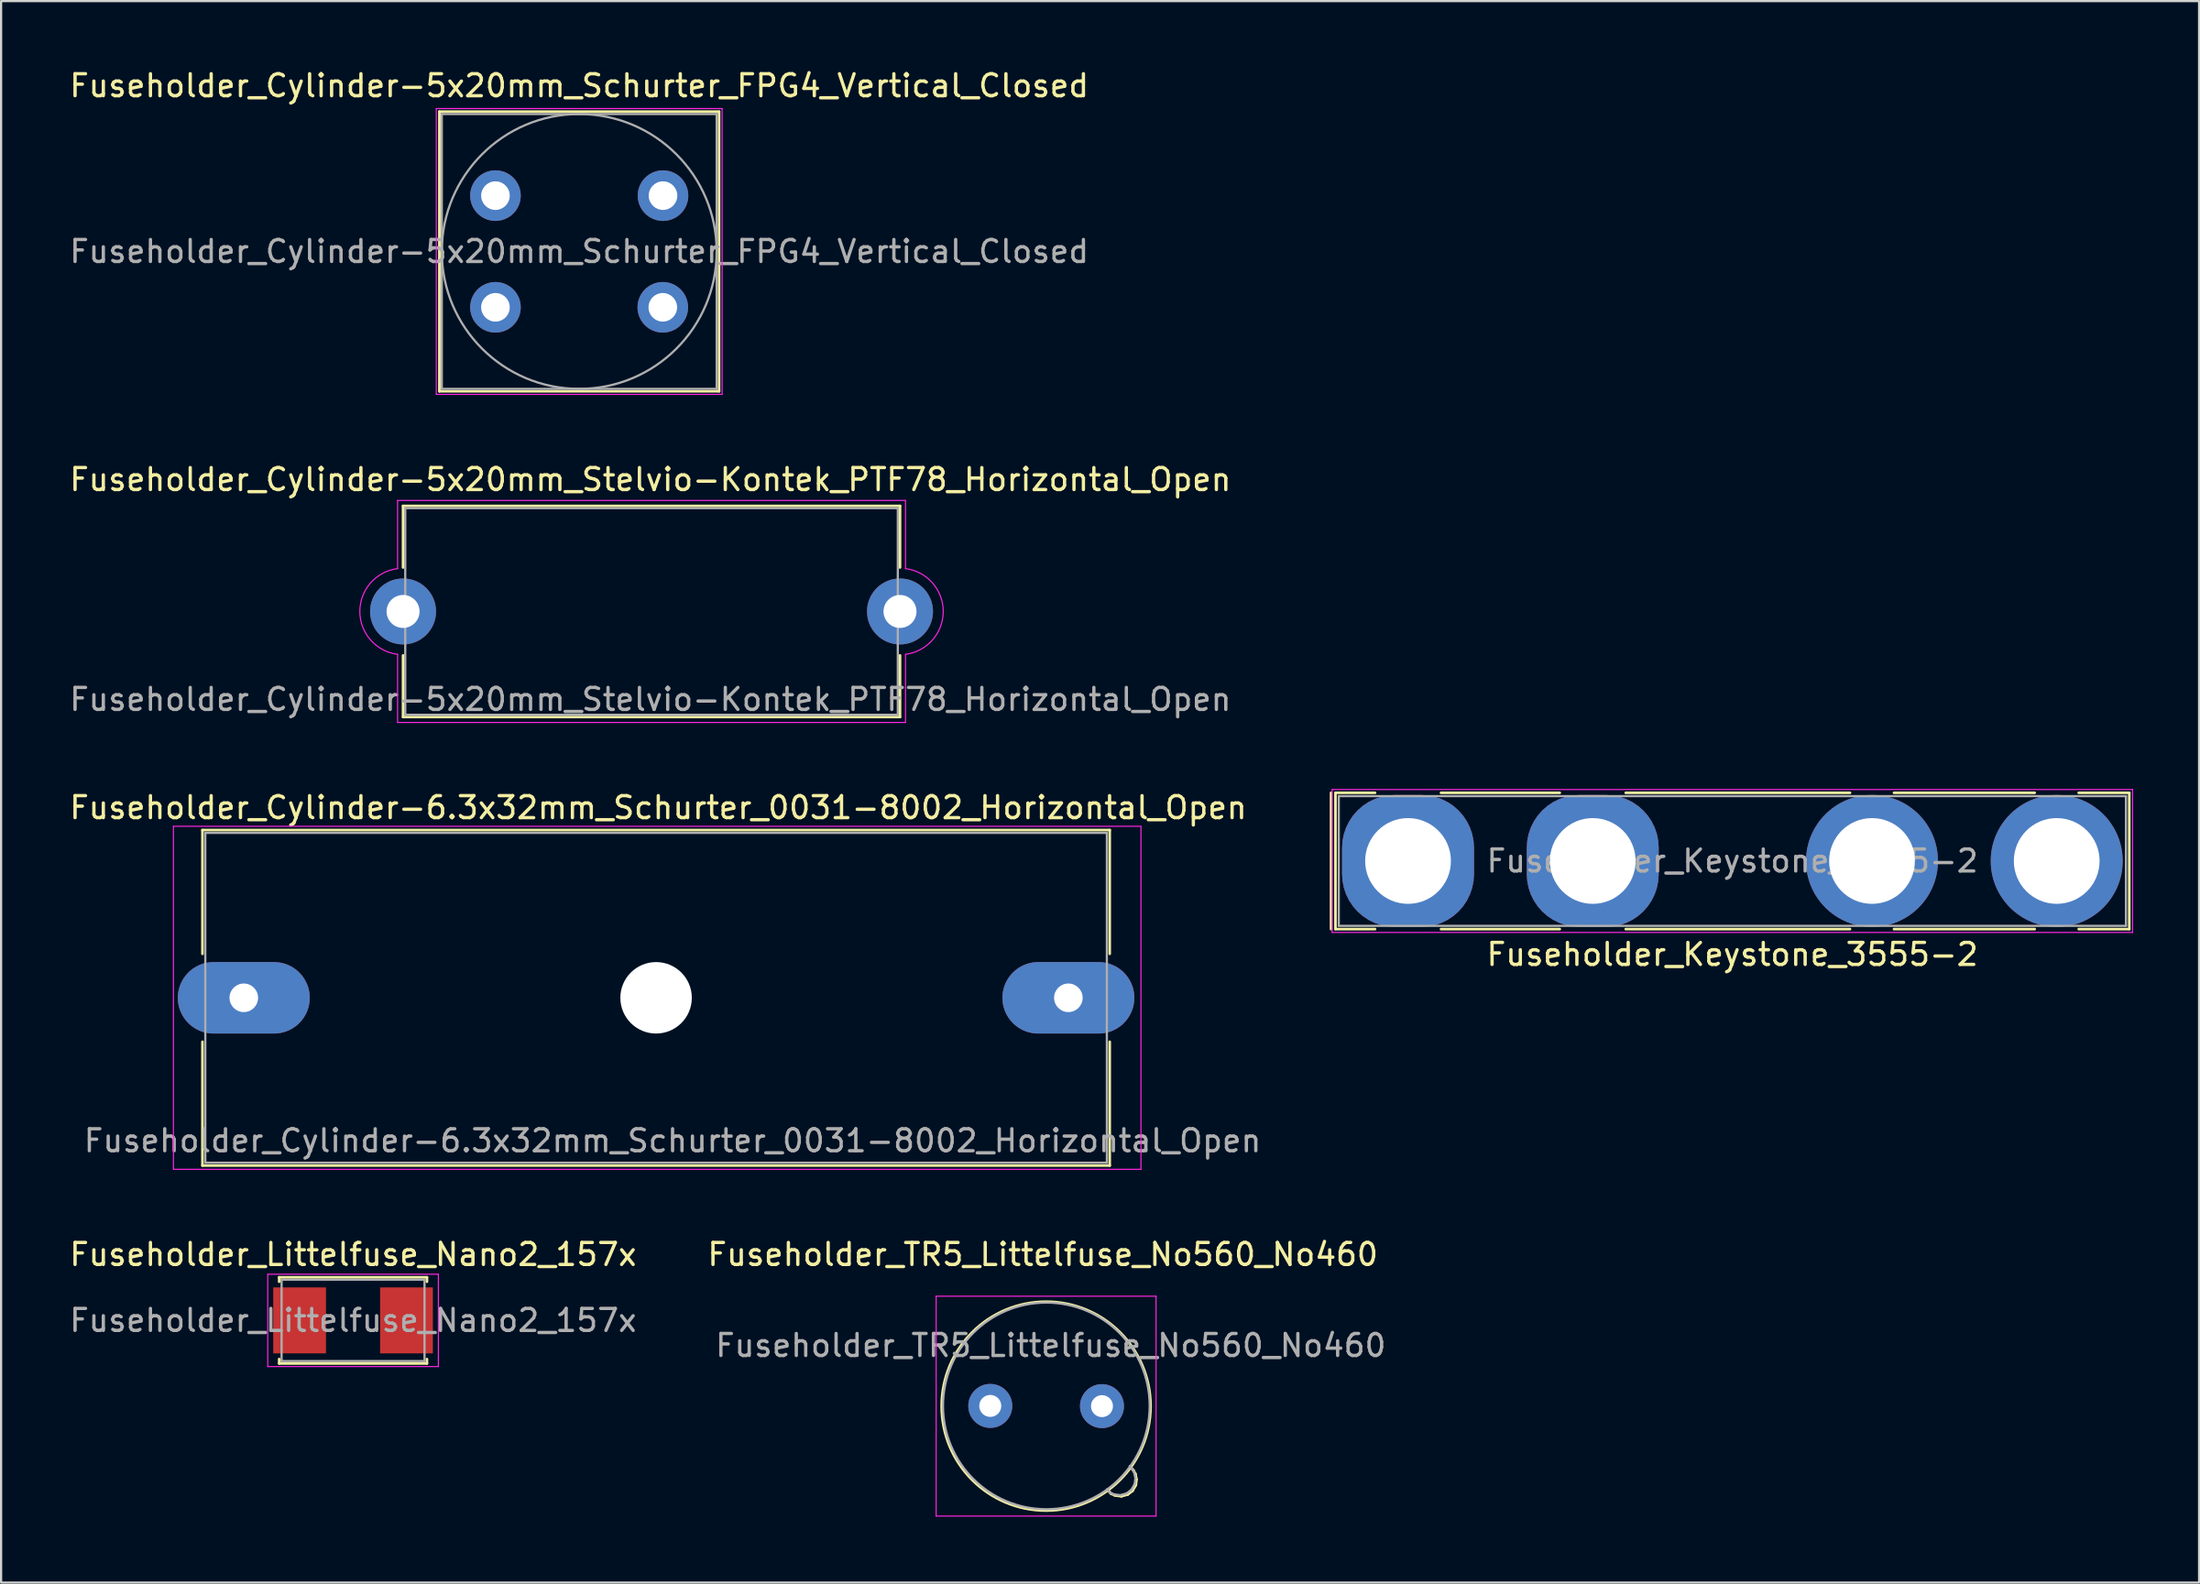
<source format=kicad_pcb>
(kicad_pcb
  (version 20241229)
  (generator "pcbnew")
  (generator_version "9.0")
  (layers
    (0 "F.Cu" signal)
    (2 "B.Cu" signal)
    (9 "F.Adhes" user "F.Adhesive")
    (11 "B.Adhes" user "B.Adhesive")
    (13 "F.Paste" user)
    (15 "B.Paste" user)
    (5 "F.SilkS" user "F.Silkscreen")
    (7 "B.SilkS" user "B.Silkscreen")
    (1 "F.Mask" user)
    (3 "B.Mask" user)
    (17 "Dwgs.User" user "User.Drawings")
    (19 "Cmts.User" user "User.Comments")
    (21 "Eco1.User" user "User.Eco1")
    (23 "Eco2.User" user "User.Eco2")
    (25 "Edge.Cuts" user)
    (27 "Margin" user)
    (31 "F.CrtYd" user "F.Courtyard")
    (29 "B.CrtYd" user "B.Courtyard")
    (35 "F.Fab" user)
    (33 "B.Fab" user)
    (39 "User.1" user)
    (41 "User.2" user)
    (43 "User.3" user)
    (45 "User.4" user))
  (footprint "Fuseholder_Keystone_3555-2"
    (layer "F.Cu")
    (at 60.984 36.111)
    (property "Reference" "Fuseholder_Keystone_3555-2" (at 14.75 4.25 0) (layer "F.SilkS") (effects (font (size 1 1) (thickness 0.15))))
    (attr through_hole)
    (fp_line (start -3.5 -3.1) (end -3.5 3.1) (stroke (width 0.12) (type solid)) (layer "F.SilkS"))
    (fp_line (start -3.3 -3.1) (end -1.5 -3.1) (stroke (width 0.12) (type solid)) (layer "F.SilkS"))
    (fp_line (start -3.3 3.1) (end -3.3 -3.1) (stroke (width 0.12) (type solid)) (layer "F.SilkS"))
    (fp_line (start -3.3 3.1) (end -1.5 3.1) (stroke (width 0.12) (type solid)) (layer "F.SilkS"))
    (fp_line (start 1.5 -3.1) (end 6.9 -3.1) (stroke (width 0.12) (type solid)) (layer "F.SilkS"))
    (fp_line (start 1.5 3.1) (end 6.9 3.1) (stroke (width 0.12) (type solid)) (layer "F.SilkS"))
    (fp_line (start 9.9 -3.1) (end 20.1 -3.1) (stroke (width 0.12) (type solid)) (layer "F.SilkS"))
    (fp_line (start 9.9 3.1) (end 20.1 3.1) (stroke (width 0.12) (type solid)) (layer "F.SilkS"))
    (fp_line (start 22.1 -3.1) (end 28.5 -3.1) (stroke (width 0.12) (type solid)) (layer "F.SilkS"))
    (fp_line (start 22.1 3.1) (end 28.5 3.1) (stroke (width 0.12) (type solid)) (layer "F.SilkS"))
    (fp_line (start 30.5 -3.1) (end 32.8 -3.1) (stroke (width 0.12) (type solid)) (layer "F.SilkS"))
    (fp_line (start 30.5 3.1) (end 32.8 3.1) (stroke (width 0.12) (type solid)) (layer "F.SilkS"))
    (fp_line (start 32.8 -3.1) (end 32.8 3.1) (stroke (width 0.12) (type solid)) (layer "F.SilkS"))
    (fp_line (start -3.45 -3.25) (end 32.95 -3.25) (stroke (width 0.05) (type solid)) (layer "F.CrtYd"))
    (fp_line (start -3.45 3.25) (end -3.45 -3.25) (stroke (width 0.05) (type solid)) (layer "F.CrtYd"))
    (fp_line (start 32.95 -3.25) (end 32.95 3.25) (stroke (width 0.05) (type solid)) (layer "F.CrtYd"))
    (fp_line (start 32.95 3.25) (end -3.45 3.25) (stroke (width 0.05) (type solid)) (layer "F.CrtYd"))
    (fp_line (start -3.15 -2.95) (end 32.65 -2.95) (stroke (width 0.1) (type solid)) (layer "F.Fab"))
    (fp_line (start -3.15 2.95) (end -3.15 -2.95) (stroke (width 0.1) (type solid)) (layer "F.Fab"))
    (fp_line (start 32.65 -2.95) (end 32.65 2.95) (stroke (width 0.1) (type solid)) (layer "F.Fab"))
    (fp_line (start 32.65 2.95) (end -3.15 2.95) (stroke (width 0.1) (type solid)) (layer "F.Fab"))
    (fp_text user "${REFERENCE}" (at 14.75 0 0) (layer "F.Fab") (effects (font (size 1 1) (thickness 0.15))))
    (pad "1" thru_hole roundrect (at 0 0 90) (size 6 6) (drill 3.9) (layers "*.Cu" "*.Mask") (roundrect_rratio 0.4))
    (pad "1" thru_hole roundrect (at 8.4 0) (size 6 6) (drill 3.9) (layers "*.Cu" "*.Mask") (roundrect_rratio 0.4))
    (pad "2" thru_hole circle (at 21.1 0) (size 6 6) (drill 3.9) (layers "*.Cu" "*.Mask"))
    (pad "2" thru_hole circle (at 29.5 0) (size 6 6) (drill 3.9) (layers "*.Cu" "*.Mask")))
  (footprint "Fuseholder_TR5_Littelfuse_No560_No460"
    (layer "F.Cu")
    (at 41.985 60.898)
    (property "Reference" "Fuseholder_TR5_Littelfuse_No560_No460" (at 2.39 -6.89 0) (layer "F.SilkS") (effects (font (size 1 1) (thickness 0.15))))
    (attr through_hole)
    (fp_line (start 5.49 3.99) (end 5.36 3.84) (stroke (width 0.12) (type solid)) (layer "F.SilkS"))
    (fp_line (start 5.67 4.07) (end 5.49 3.99) (stroke (width 0.12) (type solid)) (layer "F.SilkS"))
    (fp_line (start 5.96 4.11) (end 5.67 4.07) (stroke (width 0.12) (type solid)) (layer "F.SilkS"))
    (fp_line (start 6.25 4.03) (end 5.96 4.11) (stroke (width 0.12) (type solid)) (layer "F.SilkS"))
    (fp_line (start 6.39 2.79) (end 6.51 2.93) (stroke (width 0.12) (type solid)) (layer "F.SilkS"))
    (fp_line (start 6.47 3.86) (end 6.25 4.03) (stroke (width 0.12) (type solid)) (layer "F.SilkS"))
    (fp_line (start 6.51 2.93) (end 6.6 3.09) (stroke (width 0.12) (type solid)) (layer "F.SilkS"))
    (fp_line (start 6.6 3.09) (end 6.65 3.34) (stroke (width 0.12) (type solid)) (layer "F.SilkS"))
    (fp_line (start 6.62 3.6) (end 6.47 3.86) (stroke (width 0.12) (type solid)) (layer "F.SilkS"))
    (fp_line (start 6.65 3.34) (end 6.62 3.6) (stroke (width 0.12) (type solid)) (layer "F.SilkS"))
    (fp_circle (center 2.54 0.01) (end 7.29 0.01) (stroke (width 0.12) (type solid)) (fill no) (layer "F.SilkS"))
    (fp_line (start -2.46 -4.99) (end -2.46 5.01) (stroke (width 0.05) (type solid)) (layer "F.CrtYd"))
    (fp_line (start -2.46 -4.99) (end 7.54 -4.99) (stroke (width 0.05) (type solid)) (layer "F.CrtYd"))
    (fp_line (start 7.54 5.01) (end -2.46 5.01) (stroke (width 0.05) (type solid)) (layer "F.CrtYd"))
    (fp_line (start 7.54 5.01) (end 7.54 -4.99) (stroke (width 0.05) (type solid)) (layer "F.CrtYd"))
    (fp_line (start 5.44 3.94) (end 5.31 3.79) (stroke (width 0.1) (type solid)) (layer "F.Fab"))
    (fp_line (start 5.62 4.02) (end 5.44 3.94) (stroke (width 0.1) (type solid)) (layer "F.Fab"))
    (fp_line (start 5.91 4.06) (end 5.62 4.02) (stroke (width 0.1) (type solid)) (layer "F.Fab"))
    (fp_line (start 6.2 3.98) (end 5.91 4.06) (stroke (width 0.1) (type solid)) (layer "F.Fab"))
    (fp_line (start 6.34 2.74) (end 6.46 2.88) (stroke (width 0.1) (type solid)) (layer "F.Fab"))
    (fp_line (start 6.42 3.81) (end 6.2 3.98) (stroke (width 0.1) (type solid)) (layer "F.Fab"))
    (fp_line (start 6.46 2.88) (end 6.55 3.04) (stroke (width 0.1) (type solid)) (layer "F.Fab"))
    (fp_line (start 6.55 3.04) (end 6.6 3.29) (stroke (width 0.1) (type solid)) (layer "F.Fab"))
    (fp_line (start 6.57 3.55) (end 6.42 3.81) (stroke (width 0.1) (type solid)) (layer "F.Fab"))
    (fp_line (start 6.6 3.29) (end 6.57 3.55) (stroke (width 0.1) (type solid)) (layer "F.Fab"))
    (fp_circle (center 2.55 0) (end 7.25 0) (stroke (width 0.1) (type solid)) (fill no) (layer "F.Fab"))
    (fp_text user "${REFERENCE}" (at 2.75 -2.75 0) (layer "F.Fab") (effects (font (size 1 1) (thickness 0.15))))
    (pad "1" thru_hole circle (at 0 0) (size 2 2) (drill 1) (layers "*.Cu" "*.Mask"))
    (pad "2" thru_hole circle (at 5.08 0.01) (size 2 2) (drill 1) (layers "*.Cu" "*.Mask")))
  (footprint "Fuseholder_Cylinder-6.3x32mm_Schurter_0031-8002_Horizontal_Open"
    (layer "F.Cu")
    (at 8.037 42.335)
    (property "Reference" "Fuseholder_Cylinder-6.3x32mm_Schurter_0031-8002_Horizontal_Open" (at 18.85 -8.65 0) (layer "F.SilkS") (effects (font (size 1 1) (thickness 0.15))))
    (attr through_hole)
    (fp_line (start -1.88 -7.63) (end -1.88 -2) (stroke (width 0.12) (type solid)) (layer "F.SilkS"))
    (fp_line (start -1.88 -7.63) (end 39.38 -7.63) (stroke (width 0.12) (type solid)) (layer "F.SilkS"))
    (fp_line (start -1.88 2) (end -1.88 7.63) (stroke (width 0.12) (type solid)) (layer "F.SilkS"))
    (fp_line (start 39.38 -7.63) (end 39.38 -2) (stroke (width 0.12) (type solid)) (layer "F.SilkS"))
    (fp_line (start 39.38 2) (end 39.38 7.63) (stroke (width 0.12) (type solid)) (layer "F.SilkS"))
    (fp_line (start 39.38 7.63) (end -1.88 7.63) (stroke (width 0.12) (type solid)) (layer "F.SilkS"))
    (fp_line (start -3.2 -7.8) (end -3.2 7.8) (stroke (width 0.05) (type solid)) (layer "F.CrtYd"))
    (fp_line (start -3.2 -7.8) (end 40.8 -7.8) (stroke (width 0.05) (type solid)) (layer "F.CrtYd"))
    (fp_line (start 40.8 7.8) (end -3.2 7.8) (stroke (width 0.05) (type solid)) (layer "F.CrtYd"))
    (fp_line (start 40.8 7.8) (end 40.8 -7.8) (stroke (width 0.05) (type solid)) (layer "F.CrtYd"))
    (fp_line (start -1.75 -7.5) (end -1.75 7.5) (stroke (width 0.1) (type solid)) (layer "F.Fab"))
    (fp_line (start -1.75 7.5) (end 39.25 7.5) (stroke (width 0.1) (type solid)) (layer "F.Fab"))
    (fp_line (start 39.25 -7.5) (end -1.75 -7.5) (stroke (width 0.1) (type solid)) (layer "F.Fab"))
    (fp_line (start 39.25 7.5) (end 39.25 -7.5) (stroke (width 0.1) (type solid)) (layer "F.Fab"))
    (fp_text user "${REFERENCE}" (at 19.5 6.5 0) (layer "F.Fab") (effects (font (size 1 1) (thickness 0.15))))
    (pad "" np_thru_hole circle (at 18.75 0) (size 3.25 3.25) (drill 3.25) (layers "*.Cu" "*.Mask"))
    (pad "1" thru_hole oval (at 0 0 90) (size 3.25 6) (drill 1.3) (layers "*.Cu" "*.Mask"))
    (pad "2" thru_hole oval (at 37.5 0 90) (size 3.25 6) (drill 1.3) (layers "*.Cu" "*.Mask")))
  (footprint "Fuseholder_Littelfuse_Nano2_157x"
    (layer "F.Cu")
    (at 13.006 57.008)
    (property "Reference" "Fuseholder_Littelfuse_Nano2_157x" (at 0 -3 0) (layer "F.SilkS") (effects (font (size 1 1) (thickness 0.15))))
    (attr smd)
    (fp_line (start -3.36 -1.96) (end -3.36 -1.76) (stroke (width 0.12) (type solid)) (layer "F.SilkS"))
    (fp_line (start -3.36 -1.96) (end 3.36 -1.96) (stroke (width 0.12) (type solid)) (layer "F.SilkS"))
    (fp_line (start -3.36 1.76) (end -3.36 1.96) (stroke (width 0.12) (type solid)) (layer "F.SilkS"))
    (fp_line (start -3.36 1.96) (end 3.36 1.96) (stroke (width 0.12) (type solid)) (layer "F.SilkS"))
    (fp_line (start 3.36 -1.96) (end 3.36 -1.76) (stroke (width 0.12) (type solid)) (layer "F.SilkS"))
    (fp_line (start 3.36 1.76) (end 3.36 1.96) (stroke (width 0.12) (type solid)) (layer "F.SilkS"))
    (fp_line (start -3.88 -2.1) (end -3.88 2.1) (stroke (width 0.05) (type solid)) (layer "F.CrtYd"))
    (fp_line (start -3.88 -2.1) (end 3.88 -2.1) (stroke (width 0.05) (type solid)) (layer "F.CrtYd"))
    (fp_line (start -3.88 2.1) (end 3.88 2.1) (stroke (width 0.05) (type solid)) (layer "F.CrtYd"))
    (fp_line (start 3.88 -2.1) (end 3.88 2.1) (stroke (width 0.05) (type solid)) (layer "F.CrtYd"))
    (fp_line (start -3.25 -1.85) (end -3.25 1.85) (stroke (width 0.1) (type solid)) (layer "F.Fab"))
    (fp_line (start -3.25 -1.85) (end 3.25 -1.85) (stroke (width 0.1) (type solid)) (layer "F.Fab"))
    (fp_line (start -3.25 1.85) (end 3.25 1.85) (stroke (width 0.1) (type solid)) (layer "F.Fab"))
    (fp_line (start 3.25 -1.85) (end 3.25 1.85) (stroke (width 0.1) (type solid)) (layer "F.Fab"))
    (fp_text user "${REFERENCE}" (at 0 0 0) (layer "F.Fab") (effects (font (size 1 1) (thickness 0.15))))
    (pad "1" smd rect (at -2.43 0) (size 2.4 3) (layers "F.Cu" "F.Mask" "F.Paste"))
    (pad "2" smd rect (at 2.43 0) (size 2.4 3) (layers "F.Cu" "F.Mask" "F.Paste")))
  (footprint "Fuseholder_Cylinder-5x20mm_Stelvio-Kontek_PTF78_Horizontal_Open"
    (layer "F.Cu")
    (at 15.28 24.762)
    (property "Reference" "Fuseholder_Cylinder-5x20mm_Stelvio-Kontek_PTF78_Horizontal_Open" (at 11.25 -6 0) (layer "F.SilkS") (effects (font (size 1 1) (thickness 0.15))))
    (attr through_hole)
    (fp_line (start 0 -4.8) (end 22.6 -4.8) (stroke (width 0.12) (type solid)) (layer "F.SilkS"))
    (fp_line (start 0 -2) (end 0 -4.8) (stroke (width 0.12) (type solid)) (layer "F.SilkS"))
    (fp_line (start 0 4.8) (end 0 2) (stroke (width 0.12) (type solid)) (layer "F.SilkS"))
    (fp_line (start 0 4.8) (end 22.6 4.8) (stroke (width 0.12) (type solid)) (layer "F.SilkS"))
    (fp_line (start 22.6 -2) (end 22.6 -4.8) (stroke (width 0.12) (type solid)) (layer "F.SilkS"))
    (fp_line (start 22.6 4.8) (end 22.6 2) (stroke (width 0.12) (type solid)) (layer "F.SilkS"))
    (fp_line (start -0.25 -5.05) (end 22.85 -5.05) (stroke (width 0.05) (type solid)) (layer "F.CrtYd"))
    (fp_line (start -0.25 -1.95) (end -0.25 -5.05) (stroke (width 0.05) (type solid)) (layer "F.CrtYd"))
    (fp_line (start -0.25 5.05) (end -0.25 1.95) (stroke (width 0.05) (type solid)) (layer "F.CrtYd"))
    (fp_line (start 22.85 -1.95) (end 22.85 -5.05) (stroke (width 0.05) (type solid)) (layer "F.CrtYd"))
    (fp_line (start 22.85 1.95) (end 22.85 5.05) (stroke (width 0.05) (type solid)) (layer "F.CrtYd"))
    (fp_line (start 22.85 5.05) (end -0.25 5.05) (stroke (width 0.05) (type solid)) (layer "F.CrtYd"))
    (fp_arc (start -0.25 1.95) (mid -1.96596 0.001518) (end -0.253011 -1.949612) (stroke (width 0.05) (type solid)) (layer "F.CrtYd"))
    (fp_arc (start 22.85 -1.95) (mid 24.56596 -0.001518) (end 22.853011 1.949612) (stroke (width 0.05) (type solid)) (layer "F.CrtYd"))
    (fp_line (start 0.1 -4.7) (end 0.1 4.7) (stroke (width 0.1) (type solid)) (layer "F.Fab"))
    (fp_line (start 0.1 4.7) (end 22.5 4.7) (stroke (width 0.1) (type solid)) (layer "F.Fab"))
    (fp_line (start 22.5 -4.7) (end 0.1 -4.7) (stroke (width 0.1) (type solid)) (layer "F.Fab"))
    (fp_line (start 22.5 4.7) (end 22.5 -4.7) (stroke (width 0.1) (type solid)) (layer "F.Fab"))
    (fp_text user "${REFERENCE}" (at 11.25 4 0) (layer "F.Fab") (effects (font (size 1 1) (thickness 0.15))))
    (pad "1" thru_hole circle (at 0 0) (size 3 3) (drill 1.5) (layers "*.Cu" "*.Mask"))
    (pad "2" thru_hole circle (at 22.6 0) (size 3 3) (drill 1.5) (layers "*.Cu" "*.Mask")))
  (footprint "Fuseholder_Cylinder-5x20mm_Schurter_FPG4_Vertical_Closed"
    (layer "F.Cu")
    (at 19.482 5.848)
    (property "Reference" "Fuseholder_Cylinder-5x20mm_Schurter_FPG4_Vertical_Closed" (at 3.81 -5 0) (layer "F.SilkS") (effects (font (size 1 1) (thickness 0.15))))
    (attr through_hole)
    (fp_line (start -2.55 -3.82) (end 10.17 -3.82) (stroke (width 0.12) (type solid)) (layer "F.SilkS"))
    (fp_line (start -2.55 8.9) (end -2.55 -3.82) (stroke (width 0.12) (type solid)) (layer "F.SilkS"))
    (fp_line (start 10.17 -3.82) (end 10.17 8.9) (stroke (width 0.12) (type solid)) (layer "F.SilkS"))
    (fp_line (start 10.17 8.9) (end -2.55 8.9) (stroke (width 0.12) (type solid)) (layer "F.SilkS"))
    (fp_line (start -2.69 -3.96) (end 10.31 -3.96) (stroke (width 0.05) (type solid)) (layer "F.CrtYd"))
    (fp_line (start -2.69 9.04) (end -2.69 -3.96) (stroke (width 0.05) (type solid)) (layer "F.CrtYd"))
    (fp_line (start 10.31 -3.96) (end 10.31 9.04) (stroke (width 0.05) (type solid)) (layer "F.CrtYd"))
    (fp_line (start 10.31 9.04) (end -2.69 9.04) (stroke (width 0.05) (type solid)) (layer "F.CrtYd"))
    (fp_line (start -2.44 -3.71) (end 10.06 -3.71) (stroke (width 0.1) (type solid)) (layer "F.Fab"))
    (fp_line (start -2.44 8.79) (end -2.44 -3.71) (stroke (width 0.1) (type solid)) (layer "F.Fab"))
    (fp_line (start 10.06 -3.71) (end 10.06 8.79) (stroke (width 0.1) (type solid)) (layer "F.Fab"))
    (fp_line (start 10.06 8.79) (end -2.44 8.79) (stroke (width 0.1) (type solid)) (layer "F.Fab"))
    (fp_circle (center 3.81 2.54) (end 10.06 2.54) (stroke (width 0.1) (type solid)) (fill no) (layer "F.Fab"))
    (fp_text user "${REFERENCE}" (at 3.81 2.54 0) (layer "F.Fab") (effects (font (size 1 1) (thickness 0.15))))
    (pad "1" thru_hole circle (at 0 0) (size 2.3 2.3) (drill 1.3) (layers "*.Cu" "*.Mask"))
    (pad "1" thru_hole circle (at 0 5.08) (size 2.3 2.3) (drill 1.3) (layers "*.Cu" "*.Mask"))
    (pad "2" thru_hole circle (at 7.61 5.08) (size 2.3 2.3) (drill 1.3) (layers "*.Cu" "*.Mask"))
    (pad "2" thru_hole circle (at 7.62 0) (size 2.3 2.3) (drill 1.3) (layers "*.Cu" "*.Mask")))
  (gr_rect
    (start -3 -3)
    (end 96.959 68.933)
    (stroke (width 0.1) (type default))
    (fill no)
    (layer "Edge.Cuts")))
</source>
